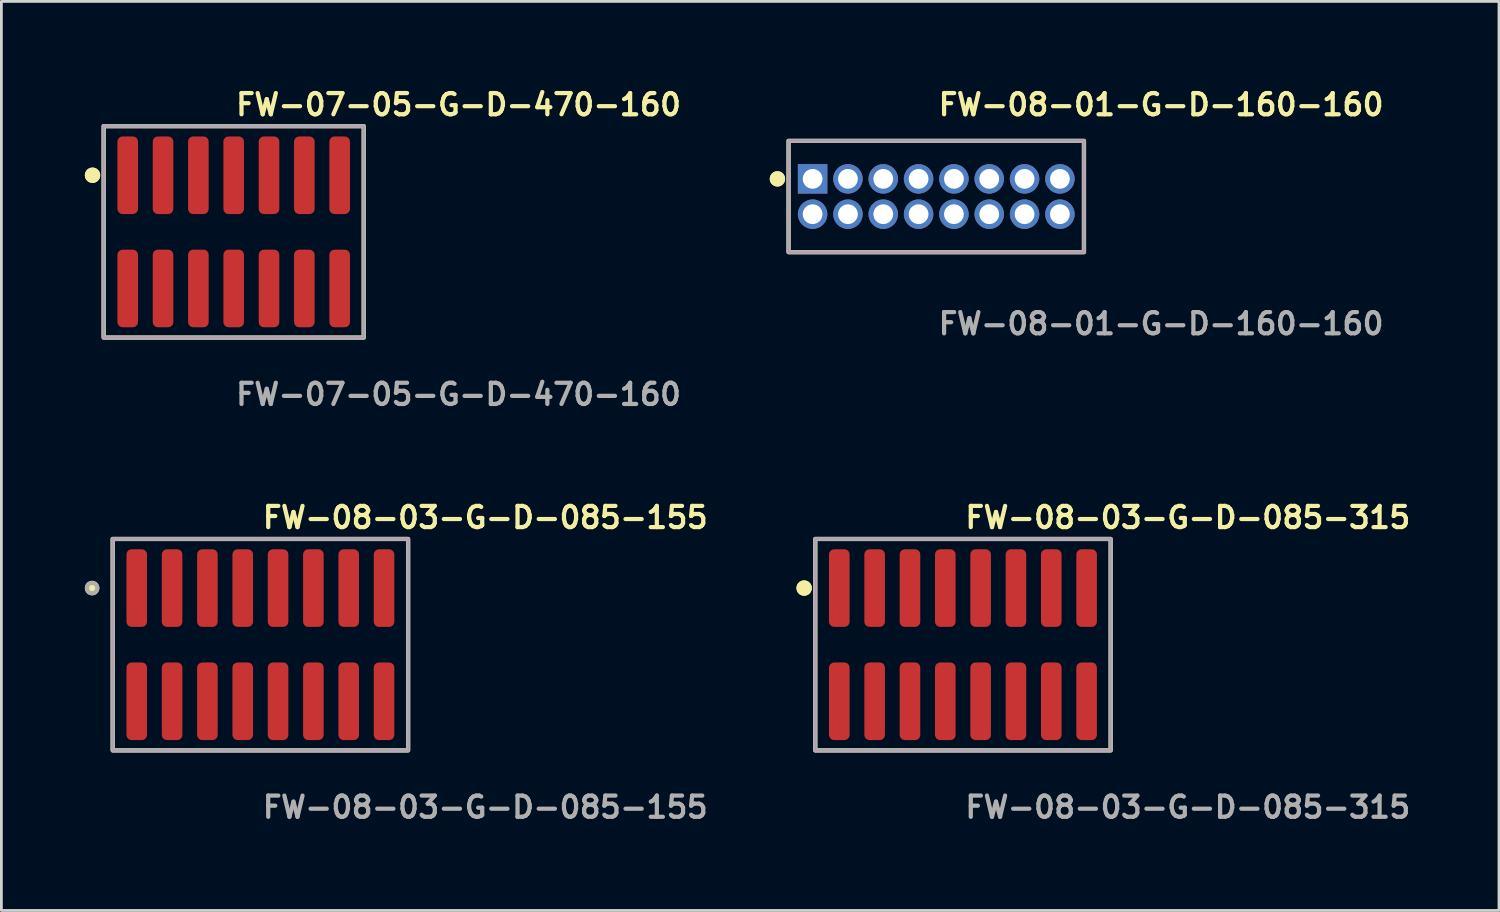
<source format=kicad_pcb>
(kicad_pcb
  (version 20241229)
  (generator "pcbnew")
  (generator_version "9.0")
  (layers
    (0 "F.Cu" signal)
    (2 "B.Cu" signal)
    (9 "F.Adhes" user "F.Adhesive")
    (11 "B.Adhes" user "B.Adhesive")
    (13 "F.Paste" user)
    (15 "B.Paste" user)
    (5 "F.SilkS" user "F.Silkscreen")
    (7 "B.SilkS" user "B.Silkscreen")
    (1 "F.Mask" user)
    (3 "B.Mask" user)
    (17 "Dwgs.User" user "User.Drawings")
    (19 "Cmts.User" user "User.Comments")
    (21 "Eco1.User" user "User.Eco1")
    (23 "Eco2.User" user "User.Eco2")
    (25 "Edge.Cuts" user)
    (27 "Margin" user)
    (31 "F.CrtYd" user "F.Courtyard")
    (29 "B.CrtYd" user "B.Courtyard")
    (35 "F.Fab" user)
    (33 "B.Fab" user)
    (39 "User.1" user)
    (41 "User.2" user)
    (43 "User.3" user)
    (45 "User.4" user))
  (footprint "FW-08-03-G-D-085-315"
    (layer "F.Cu")
    (at 31.568 20.126)
    (property "Reference" "FW-08-03-G-D-085-315" (at 0 -4.572 0) (unlocked yes) (layer "F.SilkS") (effects (font (size 0.762 0.762) (thickness 0.152)) (justify left)))
    (fp_rect (start -5.31 3.8) (end 5.31 -3.8) (stroke (width 0.152) (type solid)) (fill no) (layer "F.SilkS"))
    (fp_circle (center -5.71 -2.035) (end -5.91 -2.035) (stroke (width 0.152) (type solid)) (fill yes) (layer "F.SilkS"))
    (fp_circle (center -5.71 -2.035) (end -5.91 -2.035) (stroke (width 0.152) (type solid)) (fill yes) (layer "F.SilkS"))
    (fp_rect (start -5.31 3.8) (end 5.31 -3.8) (stroke (width 0.006) (type solid)) (fill no) (layer "F.CrtYd"))
    (fp_rect (start -5.31 3.8) (end 5.31 -3.8) (stroke (width 0.152) (type solid)) (fill no) (layer "F.Fab"))
    (fp_text user "${REFERENCE}" (at 0 5.842 0) (unlocked yes) (layer "F.Fab") (effects (font (size 0.762 0.762) (thickness 0.152)) (justify left)))
    (pad "1" smd roundrect (at -4.445 -2.035) (size 0.74 2.79) (layers "F.Cu" "F.Paste") (roundrect_rratio 0.25))
    (pad "2" smd roundrect (at -4.445 2.035) (size 0.74 2.79) (layers "F.Cu" "F.Paste") (roundrect_rratio 0.25))
    (pad "3" smd roundrect (at -3.175 -2.035) (size 0.74 2.79) (layers "F.Cu" "F.Paste") (roundrect_rratio 0.25))
    (pad "4" smd roundrect (at -3.175 2.035) (size 0.74 2.79) (layers "F.Cu" "F.Paste") (roundrect_rratio 0.25))
    (pad "5" smd roundrect (at -1.905 -2.035) (size 0.74 2.79) (layers "F.Cu" "F.Paste") (roundrect_rratio 0.25))
    (pad "6" smd roundrect (at -1.905 2.035) (size 0.74 2.79) (layers "F.Cu" "F.Paste") (roundrect_rratio 0.25))
    (pad "7" smd roundrect (at -0.635 -2.035) (size 0.74 2.79) (layers "F.Cu" "F.Paste") (roundrect_rratio 0.25))
    (pad "8" smd roundrect (at -0.635 2.035) (size 0.74 2.79) (layers "F.Cu" "F.Paste") (roundrect_rratio 0.25))
    (pad "9" smd roundrect (at 0.635 -2.035) (size 0.74 2.79) (layers "F.Cu" "F.Paste") (roundrect_rratio 0.25))
    (pad "10" smd roundrect (at 0.635 2.035) (size 0.74 2.79) (layers "F.Cu" "F.Paste") (roundrect_rratio 0.25))
    (pad "11" smd roundrect (at 1.905 -2.035) (size 0.74 2.79) (layers "F.Cu" "F.Paste") (roundrect_rratio 0.25))
    (pad "12" smd roundrect (at 1.905 2.035) (size 0.74 2.79) (layers "F.Cu" "F.Paste") (roundrect_rratio 0.25))
    (pad "13" smd roundrect (at 3.175 -2.035) (size 0.74 2.79) (layers "F.Cu" "F.Paste") (roundrect_rratio 0.25))
    (pad "14" smd roundrect (at 3.175 2.035) (size 0.74 2.79) (layers "F.Cu" "F.Paste") (roundrect_rratio 0.25))
    (pad "15" smd roundrect (at 4.445 -2.035) (size 0.74 2.79) (layers "F.Cu" "F.Paste") (roundrect_rratio 0.25))
    (pad "16" smd roundrect (at 4.445 2.035) (size 0.74 2.79) (layers "F.Cu" "F.Paste") (roundrect_rratio 0.25)))
  (footprint "FW-07-05-G-D-470-160"
    (layer "F.Cu")
    (at 5.351 5.285)
    (property "Reference" "FW-07-05-G-D-470-160" (at 0 -4.572 0) (unlocked yes) (layer "F.SilkS") (effects (font (size 0.762 0.762) (thickness 0.152)) (justify left)))
    (fp_rect (start -4.675 3.8) (end 4.675 -3.8) (stroke (width 0.152) (type solid)) (fill no) (layer "F.SilkS"))
    (fp_circle (center -5.075 -2.035) (end -5.275 -2.035) (stroke (width 0.152) (type solid)) (fill yes) (layer "F.SilkS"))
    (fp_circle (center -5.075 -2.035) (end -5.275 -2.035) (stroke (width 0.152) (type solid)) (fill yes) (layer "F.SilkS"))
    (fp_rect (start -4.675 3.8) (end 4.675 -3.8) (stroke (width 0.006) (type solid)) (fill no) (layer "F.CrtYd"))
    (fp_rect (start -4.675 3.8) (end 4.675 -3.8) (stroke (width 0.152) (type solid)) (fill no) (layer "F.Fab"))
    (fp_text user "${REFERENCE}" (at 0 5.842 0) (unlocked yes) (layer "F.Fab") (effects (font (size 0.762 0.762) (thickness 0.152)) (justify left)))
    (pad "1" smd roundrect (at -3.81 -2.035) (size 0.74 2.79) (layers "F.Cu" "F.Paste") (roundrect_rratio 0.25))
    (pad "2" smd roundrect (at -3.81 2.035) (size 0.74 2.79) (layers "F.Cu" "F.Paste") (roundrect_rratio 0.25))
    (pad "3" smd roundrect (at -2.54 -2.035) (size 0.74 2.79) (layers "F.Cu" "F.Paste") (roundrect_rratio 0.25))
    (pad "4" smd roundrect (at -2.54 2.035) (size 0.74 2.79) (layers "F.Cu" "F.Paste") (roundrect_rratio 0.25))
    (pad "5" smd roundrect (at -1.27 -2.035) (size 0.74 2.79) (layers "F.Cu" "F.Paste") (roundrect_rratio 0.25))
    (pad "6" smd roundrect (at -1.27 2.035) (size 0.74 2.79) (layers "F.Cu" "F.Paste") (roundrect_rratio 0.25))
    (pad "7" smd roundrect (at 0 -2.035) (size 0.74 2.79) (layers "F.Cu" "F.Paste") (roundrect_rratio 0.25))
    (pad "8" smd roundrect (at 0 2.035) (size 0.74 2.79) (layers "F.Cu" "F.Paste") (roundrect_rratio 0.25))
    (pad "9" smd roundrect (at 1.27 -2.035) (size 0.74 2.79) (layers "F.Cu" "F.Paste") (roundrect_rratio 0.25))
    (pad "10" smd roundrect (at 1.27 2.035) (size 0.74 2.79) (layers "F.Cu" "F.Paste") (roundrect_rratio 0.25))
    (pad "11" smd roundrect (at 2.54 -2.035) (size 0.74 2.79) (layers "F.Cu" "F.Paste") (roundrect_rratio 0.25))
    (pad "12" smd roundrect (at 2.54 2.035) (size 0.74 2.79) (layers "F.Cu" "F.Paste") (roundrect_rratio 0.25))
    (pad "13" smd roundrect (at 3.81 -2.035) (size 0.74 2.79) (layers "F.Cu" "F.Paste") (roundrect_rratio 0.25))
    (pad "14" smd roundrect (at 3.81 2.035) (size 0.74 2.79) (layers "F.Cu" "F.Paste") (roundrect_rratio 0.25)))
  (footprint "FW-08-01-G-D-160-160"
    (layer "F.Cu")
    (at 30.608 4.015)
    (property "Reference" "FW-08-01-G-D-160-160" (at 0 -3.302 0) (unlocked yes) (layer "F.SilkS") (effects (font (size 0.762 0.762) (thickness 0.152)) (justify left)))
    (fp_rect (start -5.31 2) (end 5.31 -2) (stroke (width 0.152) (type solid)) (fill no) (layer "F.SilkS"))
    (fp_circle (center -5.71 -0.635) (end -5.91 -0.635) (stroke (width 0.152) (type solid)) (fill yes) (layer "F.SilkS"))
    (fp_circle (center -5.71 -0.635) (end -5.91 -0.635) (stroke (width 0.152) (type solid)) (fill yes) (layer "F.SilkS"))
    (fp_rect (start -5.31 2) (end 5.31 -2) (stroke (width 0.006) (type solid)) (fill no) (layer "F.CrtYd"))
    (fp_rect (start -5.31 2) (end 5.31 -2) (stroke (width 0.152) (type solid)) (fill no) (layer "F.Fab"))
    (fp_text user "${REFERENCE}" (at 0 4.572 0) (unlocked yes) (layer "F.Fab") (effects (font (size 0.762 0.762) (thickness 0.152)) (justify left)))
    (pad "1" thru_hole rect (at -4.445 -0.635) (size 1.06 1.06) (drill 0.71) (layers "*.Cu" "*.Mask"))
    (pad "2" thru_hole circle (at -4.445 0.635) (size 1.06 1.06) (drill 0.71) (layers "*.Cu" "*.Mask"))
    (pad "3" thru_hole circle (at -3.175 -0.635) (size 1.06 1.06) (drill 0.71) (layers "*.Cu" "*.Mask"))
    (pad "4" thru_hole circle (at -3.175 0.635) (size 1.06 1.06) (drill 0.71) (layers "*.Cu" "*.Mask"))
    (pad "5" thru_hole circle (at -1.905 -0.635) (size 1.06 1.06) (drill 0.71) (layers "*.Cu" "*.Mask"))
    (pad "6" thru_hole circle (at -1.905 0.635) (size 1.06 1.06) (drill 0.71) (layers "*.Cu" "*.Mask"))
    (pad "7" thru_hole circle (at -0.635 -0.635) (size 1.06 1.06) (drill 0.71) (layers "*.Cu" "*.Mask"))
    (pad "8" thru_hole circle (at -0.635 0.635) (size 1.06 1.06) (drill 0.71) (layers "*.Cu" "*.Mask"))
    (pad "9" thru_hole circle (at 0.635 -0.635) (size 1.06 1.06) (drill 0.71) (layers "*.Cu" "*.Mask"))
    (pad "10" thru_hole circle (at 0.635 0.635) (size 1.06 1.06) (drill 0.71) (layers "*.Cu" "*.Mask"))
    (pad "11" thru_hole circle (at 1.905 -0.635) (size 1.06 1.06) (drill 0.71) (layers "*.Cu" "*.Mask"))
    (pad "12" thru_hole circle (at 1.905 0.635) (size 1.06 1.06) (drill 0.71) (layers "*.Cu" "*.Mask"))
    (pad "13" thru_hole circle (at 3.175 -0.635) (size 1.06 1.06) (drill 0.71) (layers "*.Cu" "*.Mask"))
    (pad "14" thru_hole circle (at 3.175 0.635) (size 1.06 1.06) (drill 0.71) (layers "*.Cu" "*.Mask"))
    (pad "15" thru_hole circle (at 4.445 -0.635) (size 1.06 1.06) (drill 0.71) (layers "*.Cu" "*.Mask"))
    (pad "16" thru_hole circle (at 4.445 0.635) (size 1.06 1.06) (drill 0.71) (layers "*.Cu" "*.Mask")))
  (footprint "FW-08-03-G-D-085-155"
    (layer "F.Cu")
    (at 6.311 20.126)
    (property "Reference" "FW-08-03-G-D-085-155" (at 0 -4.572 0) (unlocked yes) (layer "F.SilkS") (effects (font (size 0.762 0.762) (thickness 0.152)) (justify left)))
    (fp_rect (start -5.31 3.8) (end 5.31 -3.8) (stroke (width 0.152) (type solid)) (fill no) (layer "F.SilkS"))
    (fp_circle (center -6.05 -2.035) (end -6.235 -2.035) (stroke (width 0.152) (type solid)) (fill yes) (layer "F.SilkS"))
    (fp_rect (start -5.31 3.8) (end 5.31 -3.8) (stroke (width 0.006) (type solid)) (fill no) (layer "F.CrtYd"))
    (fp_rect (start -5.31 3.8) (end 5.31 -3.8) (stroke (width 0.152) (type solid)) (fill no) (layer "F.Fab"))
    (fp_circle (center -6.05 -2.035) (end -6.235 -2.035) (stroke (width 0.152) (type solid)) (fill no) (layer "F.Fab"))
    (fp_text user "${REFERENCE}" (at 0 5.842 0) (unlocked yes) (layer "F.Fab") (effects (font (size 0.762 0.762) (thickness 0.152)) (justify left)))
    (pad "1" smd roundrect (at -4.445 -2.035) (size 0.74 2.79) (layers "F.Cu" "F.Paste") (roundrect_rratio 0.25))
    (pad "2" smd roundrect (at -4.445 2.035) (size 0.74 2.79) (layers "F.Cu" "F.Paste") (roundrect_rratio 0.25))
    (pad "3" smd roundrect (at -3.175 -2.035) (size 0.74 2.79) (layers "F.Cu" "F.Paste") (roundrect_rratio 0.25))
    (pad "4" smd roundrect (at -3.175 2.035) (size 0.74 2.79) (layers "F.Cu" "F.Paste") (roundrect_rratio 0.25))
    (pad "5" smd roundrect (at -1.905 -2.035) (size 0.74 2.79) (layers "F.Cu" "F.Paste") (roundrect_rratio 0.25))
    (pad "6" smd roundrect (at -1.905 2.035) (size 0.74 2.79) (layers "F.Cu" "F.Paste") (roundrect_rratio 0.25))
    (pad "7" smd roundrect (at -0.635 -2.035) (size 0.74 2.79) (layers "F.Cu" "F.Paste") (roundrect_rratio 0.25))
    (pad "8" smd roundrect (at -0.635 2.035) (size 0.74 2.79) (layers "F.Cu" "F.Paste") (roundrect_rratio 0.25))
    (pad "9" smd roundrect (at 0.635 -2.035) (size 0.74 2.79) (layers "F.Cu" "F.Paste") (roundrect_rratio 0.25))
    (pad "10" smd roundrect (at 0.635 2.035) (size 0.74 2.79) (layers "F.Cu" "F.Paste") (roundrect_rratio 0.25))
    (pad "11" smd roundrect (at 1.905 -2.035) (size 0.74 2.79) (layers "F.Cu" "F.Paste") (roundrect_rratio 0.25))
    (pad "12" smd roundrect (at 1.905 2.035) (size 0.74 2.79) (layers "F.Cu" "F.Paste") (roundrect_rratio 0.25))
    (pad "13" smd roundrect (at 3.175 -2.035) (size 0.74 2.79) (layers "F.Cu" "F.Paste") (roundrect_rratio 0.25))
    (pad "14" smd roundrect (at 3.175 2.035) (size 0.74 2.79) (layers "F.Cu" "F.Paste") (roundrect_rratio 0.25))
    (pad "15" smd roundrect (at 4.445 -2.035) (size 0.74 2.79) (layers "F.Cu" "F.Paste") (roundrect_rratio 0.25))
    (pad "16" smd roundrect (at 4.445 2.035) (size 0.74 2.79) (layers "F.Cu" "F.Paste") (roundrect_rratio 0.25)))
  (gr_rect
    (start -3 -3)
    (end 50.838 29.681)
    (stroke (width 0.1) (type default))
    (fill no)
    (layer "Edge.Cuts")))
</source>
